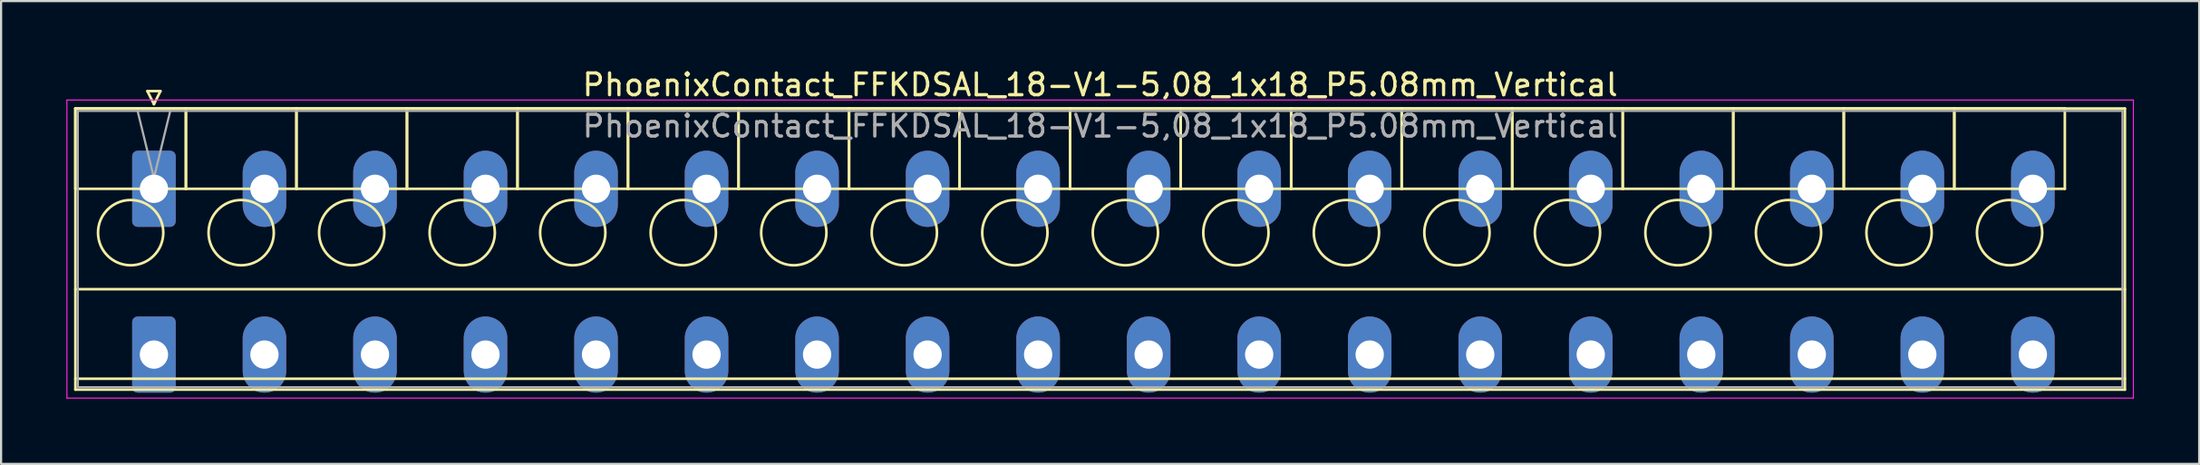
<source format=kicad_pcb>
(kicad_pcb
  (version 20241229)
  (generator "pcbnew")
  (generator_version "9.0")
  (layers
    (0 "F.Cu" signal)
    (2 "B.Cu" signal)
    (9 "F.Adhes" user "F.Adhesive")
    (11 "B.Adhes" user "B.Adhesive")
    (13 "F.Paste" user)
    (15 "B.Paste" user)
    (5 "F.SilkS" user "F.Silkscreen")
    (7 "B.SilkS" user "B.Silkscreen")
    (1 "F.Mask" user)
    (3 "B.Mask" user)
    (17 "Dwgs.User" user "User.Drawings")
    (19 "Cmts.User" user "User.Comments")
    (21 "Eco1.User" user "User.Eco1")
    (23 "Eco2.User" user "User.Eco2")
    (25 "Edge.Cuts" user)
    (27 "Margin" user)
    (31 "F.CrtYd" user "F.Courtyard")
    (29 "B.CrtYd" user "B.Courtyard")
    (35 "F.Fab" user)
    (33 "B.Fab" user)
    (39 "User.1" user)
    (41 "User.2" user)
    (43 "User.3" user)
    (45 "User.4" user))
  (footprint "PhoenixContact_FFKDSAL_18-V1-5,08_1x18_P5.08mm_Vertical"
    (layer "F.Cu")
    (at 4.025 5.628)
    (property "Reference" "PhoenixContact_FFKDSAL_18-V1-5,08_1x18_P5.08mm_Vertical" (at 43.49 -4.78 0) (layer "F.SilkS") (effects (font (size 1 1) (thickness 0.15))))
    (attr through_hole)
    (fp_line (start -3.61 -3.69) (end -3.61 0) (stroke (width 0.12) (type solid)) (layer "F.SilkS"))
    (fp_line (start -3.61 -3.69) (end -3.61 9.23) (stroke (width 0.12) (type solid)) (layer "F.SilkS"))
    (fp_line (start -3.61 0) (end 1.47 0) (stroke (width 0.12) (type solid)) (layer "F.SilkS"))
    (fp_line (start -3.61 4.615) (end 90.59 4.615) (stroke (width 0.12) (type solid)) (layer "F.SilkS"))
    (fp_line (start -3.61 8.73) (end 90.59 8.73) (stroke (width 0.12) (type solid)) (layer "F.SilkS"))
    (fp_line (start -3.61 9.23) (end 90.59 9.23) (stroke (width 0.12) (type solid)) (layer "F.SilkS"))
    (fp_line (start -0.3 -4.49) (end 0.3 -4.49) (stroke (width 0.12) (type solid)) (layer "F.SilkS"))
    (fp_line (start 0 -3.89) (end -0.3 -4.49) (stroke (width 0.12) (type solid)) (layer "F.SilkS"))
    (fp_line (start 0.3 -4.49) (end 0 -3.89) (stroke (width 0.12) (type solid)) (layer "F.SilkS"))
    (fp_line (start 1.47 -3.69) (end -3.61 -3.69) (stroke (width 0.12) (type solid)) (layer "F.SilkS"))
    (fp_line (start 1.47 -3.69) (end 1.47 0) (stroke (width 0.12) (type solid)) (layer "F.SilkS"))
    (fp_line (start 1.47 0) (end 1.47 -3.69) (stroke (width 0.12) (type solid)) (layer "F.SilkS"))
    (fp_line (start 1.47 0) (end 6.55 0) (stroke (width 0.12) (type solid)) (layer "F.SilkS"))
    (fp_line (start 6.55 -3.69) (end 1.47 -3.69) (stroke (width 0.12) (type solid)) (layer "F.SilkS"))
    (fp_line (start 6.55 -3.69) (end 6.55 0) (stroke (width 0.12) (type solid)) (layer "F.SilkS"))
    (fp_line (start 6.55 0) (end 6.55 -3.69) (stroke (width 0.12) (type solid)) (layer "F.SilkS"))
    (fp_line (start 6.55 0) (end 11.63 0) (stroke (width 0.12) (type solid)) (layer "F.SilkS"))
    (fp_line (start 11.63 -3.69) (end 6.55 -3.69) (stroke (width 0.12) (type solid)) (layer "F.SilkS"))
    (fp_line (start 11.63 -3.69) (end 11.63 0) (stroke (width 0.12) (type solid)) (layer "F.SilkS"))
    (fp_line (start 11.63 0) (end 11.63 -3.69) (stroke (width 0.12) (type solid)) (layer "F.SilkS"))
    (fp_line (start 11.63 0) (end 16.71 0) (stroke (width 0.12) (type solid)) (layer "F.SilkS"))
    (fp_line (start 16.71 -3.69) (end 11.63 -3.69) (stroke (width 0.12) (type solid)) (layer "F.SilkS"))
    (fp_line (start 16.71 -3.69) (end 16.71 0) (stroke (width 0.12) (type solid)) (layer "F.SilkS"))
    (fp_line (start 16.71 0) (end 16.71 -3.69) (stroke (width 0.12) (type solid)) (layer "F.SilkS"))
    (fp_line (start 16.71 0) (end 21.79 0) (stroke (width 0.12) (type solid)) (layer "F.SilkS"))
    (fp_line (start 21.79 -3.69) (end 16.71 -3.69) (stroke (width 0.12) (type solid)) (layer "F.SilkS"))
    (fp_line (start 21.79 -3.69) (end 21.79 0) (stroke (width 0.12) (type solid)) (layer "F.SilkS"))
    (fp_line (start 21.79 0) (end 21.79 -3.69) (stroke (width 0.12) (type solid)) (layer "F.SilkS"))
    (fp_line (start 21.79 0) (end 26.87 0) (stroke (width 0.12) (type solid)) (layer "F.SilkS"))
    (fp_line (start 26.87 -3.69) (end 21.79 -3.69) (stroke (width 0.12) (type solid)) (layer "F.SilkS"))
    (fp_line (start 26.87 -3.69) (end 26.87 0) (stroke (width 0.12) (type solid)) (layer "F.SilkS"))
    (fp_line (start 26.87 0) (end 26.87 -3.69) (stroke (width 0.12) (type solid)) (layer "F.SilkS"))
    (fp_line (start 26.87 0) (end 31.95 0) (stroke (width 0.12) (type solid)) (layer "F.SilkS"))
    (fp_line (start 31.95 -3.69) (end 26.87 -3.69) (stroke (width 0.12) (type solid)) (layer "F.SilkS"))
    (fp_line (start 31.95 -3.69) (end 31.95 0) (stroke (width 0.12) (type solid)) (layer "F.SilkS"))
    (fp_line (start 31.95 0) (end 31.95 -3.69) (stroke (width 0.12) (type solid)) (layer "F.SilkS"))
    (fp_line (start 31.95 0) (end 37.03 0) (stroke (width 0.12) (type solid)) (layer "F.SilkS"))
    (fp_line (start 37.03 -3.69) (end 31.95 -3.69) (stroke (width 0.12) (type solid)) (layer "F.SilkS"))
    (fp_line (start 37.03 -3.69) (end 37.03 0) (stroke (width 0.12) (type solid)) (layer "F.SilkS"))
    (fp_line (start 37.03 0) (end 37.03 -3.69) (stroke (width 0.12) (type solid)) (layer "F.SilkS"))
    (fp_line (start 37.03 0) (end 42.11 0) (stroke (width 0.12) (type solid)) (layer "F.SilkS"))
    (fp_line (start 42.11 -3.69) (end 37.03 -3.69) (stroke (width 0.12) (type solid)) (layer "F.SilkS"))
    (fp_line (start 42.11 -3.69) (end 42.11 0) (stroke (width 0.12) (type solid)) (layer "F.SilkS"))
    (fp_line (start 42.11 0) (end 42.11 -3.69) (stroke (width 0.12) (type solid)) (layer "F.SilkS"))
    (fp_line (start 42.11 0) (end 47.19 0) (stroke (width 0.12) (type solid)) (layer "F.SilkS"))
    (fp_line (start 47.19 -3.69) (end 42.11 -3.69) (stroke (width 0.12) (type solid)) (layer "F.SilkS"))
    (fp_line (start 47.19 -3.69) (end 47.19 0) (stroke (width 0.12) (type solid)) (layer "F.SilkS"))
    (fp_line (start 47.19 0) (end 47.19 -3.69) (stroke (width 0.12) (type solid)) (layer "F.SilkS"))
    (fp_line (start 47.19 0) (end 52.27 0) (stroke (width 0.12) (type solid)) (layer "F.SilkS"))
    (fp_line (start 52.27 -3.69) (end 47.19 -3.69) (stroke (width 0.12) (type solid)) (layer "F.SilkS"))
    (fp_line (start 52.27 -3.69) (end 52.27 0) (stroke (width 0.12) (type solid)) (layer "F.SilkS"))
    (fp_line (start 52.27 0) (end 52.27 -3.69) (stroke (width 0.12) (type solid)) (layer "F.SilkS"))
    (fp_line (start 52.27 0) (end 57.35 0) (stroke (width 0.12) (type solid)) (layer "F.SilkS"))
    (fp_line (start 57.35 -3.69) (end 52.27 -3.69) (stroke (width 0.12) (type solid)) (layer "F.SilkS"))
    (fp_line (start 57.35 -3.69) (end 57.35 0) (stroke (width 0.12) (type solid)) (layer "F.SilkS"))
    (fp_line (start 57.35 0) (end 57.35 -3.69) (stroke (width 0.12) (type solid)) (layer "F.SilkS"))
    (fp_line (start 57.35 0) (end 62.43 0) (stroke (width 0.12) (type solid)) (layer "F.SilkS"))
    (fp_line (start 62.43 -3.69) (end 57.35 -3.69) (stroke (width 0.12) (type solid)) (layer "F.SilkS"))
    (fp_line (start 62.43 -3.69) (end 62.43 0) (stroke (width 0.12) (type solid)) (layer "F.SilkS"))
    (fp_line (start 62.43 0) (end 62.43 -3.69) (stroke (width 0.12) (type solid)) (layer "F.SilkS"))
    (fp_line (start 62.43 0) (end 67.51 0) (stroke (width 0.12) (type solid)) (layer "F.SilkS"))
    (fp_line (start 67.51 -3.69) (end 62.43 -3.69) (stroke (width 0.12) (type solid)) (layer "F.SilkS"))
    (fp_line (start 67.51 -3.69) (end 67.51 0) (stroke (width 0.12) (type solid)) (layer "F.SilkS"))
    (fp_line (start 67.51 0) (end 67.51 -3.69) (stroke (width 0.12) (type solid)) (layer "F.SilkS"))
    (fp_line (start 67.51 0) (end 72.59 0) (stroke (width 0.12) (type solid)) (layer "F.SilkS"))
    (fp_line (start 72.59 -3.69) (end 67.51 -3.69) (stroke (width 0.12) (type solid)) (layer "F.SilkS"))
    (fp_line (start 72.59 -3.69) (end 72.59 0) (stroke (width 0.12) (type solid)) (layer "F.SilkS"))
    (fp_line (start 72.59 0) (end 72.59 -3.69) (stroke (width 0.12) (type solid)) (layer "F.SilkS"))
    (fp_line (start 72.59 0) (end 77.67 0) (stroke (width 0.12) (type solid)) (layer "F.SilkS"))
    (fp_line (start 77.67 -3.69) (end 72.59 -3.69) (stroke (width 0.12) (type solid)) (layer "F.SilkS"))
    (fp_line (start 77.67 -3.69) (end 77.67 0) (stroke (width 0.12) (type solid)) (layer "F.SilkS"))
    (fp_line (start 77.67 0) (end 77.67 -3.69) (stroke (width 0.12) (type solid)) (layer "F.SilkS"))
    (fp_line (start 77.67 0) (end 82.75 0) (stroke (width 0.12) (type solid)) (layer "F.SilkS"))
    (fp_line (start 82.75 -3.69) (end 77.67 -3.69) (stroke (width 0.12) (type solid)) (layer "F.SilkS"))
    (fp_line (start 82.75 -3.69) (end 82.75 0) (stroke (width 0.12) (type solid)) (layer "F.SilkS"))
    (fp_line (start 82.75 0) (end 82.75 -3.69) (stroke (width 0.12) (type solid)) (layer "F.SilkS"))
    (fp_line (start 82.75 0) (end 87.83 0) (stroke (width 0.12) (type solid)) (layer "F.SilkS"))
    (fp_line (start 87.83 -3.69) (end 82.75 -3.69) (stroke (width 0.12) (type solid)) (layer "F.SilkS"))
    (fp_line (start 87.83 0) (end 87.83 -3.69) (stroke (width 0.12) (type solid)) (layer "F.SilkS"))
    (fp_line (start 90.59 -3.69) (end -3.61 -3.69) (stroke (width 0.12) (type solid)) (layer "F.SilkS"))
    (fp_line (start 90.59 9.23) (end 90.59 -3.69) (stroke (width 0.12) (type solid)) (layer "F.SilkS"))
    (fp_circle (center -1.07 2.015) (end 0.43 2.015) (stroke (width 0.12) (type solid)) (fill no) (layer "F.SilkS"))
    (fp_circle (center 4.01 2.015) (end 5.51 2.015) (stroke (width 0.12) (type solid)) (fill no) (layer "F.SilkS"))
    (fp_circle (center 9.09 2.015) (end 10.59 2.015) (stroke (width 0.12) (type solid)) (fill no) (layer "F.SilkS"))
    (fp_circle (center 14.17 2.015) (end 15.67 2.015) (stroke (width 0.12) (type solid)) (fill no) (layer "F.SilkS"))
    (fp_circle (center 19.25 2.015) (end 20.75 2.015) (stroke (width 0.12) (type solid)) (fill no) (layer "F.SilkS"))
    (fp_circle (center 24.33 2.015) (end 25.83 2.015) (stroke (width 0.12) (type solid)) (fill no) (layer "F.SilkS"))
    (fp_circle (center 29.41 2.015) (end 30.91 2.015) (stroke (width 0.12) (type solid)) (fill no) (layer "F.SilkS"))
    (fp_circle (center 34.49 2.015) (end 35.99 2.015) (stroke (width 0.12) (type solid)) (fill no) (layer "F.SilkS"))
    (fp_circle (center 39.57 2.015) (end 41.07 2.015) (stroke (width 0.12) (type solid)) (fill no) (layer "F.SilkS"))
    (fp_circle (center 44.65 2.015) (end 46.15 2.015) (stroke (width 0.12) (type solid)) (fill no) (layer "F.SilkS"))
    (fp_circle (center 49.73 2.015) (end 51.23 2.015) (stroke (width 0.12) (type solid)) (fill no) (layer "F.SilkS"))
    (fp_circle (center 54.81 2.015) (end 56.31 2.015) (stroke (width 0.12) (type solid)) (fill no) (layer "F.SilkS"))
    (fp_circle (center 59.89 2.015) (end 61.39 2.015) (stroke (width 0.12) (type solid)) (fill no) (layer "F.SilkS"))
    (fp_circle (center 64.97 2.015) (end 66.47 2.015) (stroke (width 0.12) (type solid)) (fill no) (layer "F.SilkS"))
    (fp_circle (center 70.05 2.015) (end 71.55 2.015) (stroke (width 0.12) (type solid)) (fill no) (layer "F.SilkS"))
    (fp_circle (center 75.13 2.015) (end 76.63 2.015) (stroke (width 0.12) (type solid)) (fill no) (layer "F.SilkS"))
    (fp_circle (center 80.21 2.015) (end 81.71 2.015) (stroke (width 0.12) (type solid)) (fill no) (layer "F.SilkS"))
    (fp_circle (center 85.29 2.015) (end 86.79 2.015) (stroke (width 0.12) (type solid)) (fill no) (layer "F.SilkS"))
    (fp_line (start -4 -4.08) (end -4 9.62) (stroke (width 0.05) (type solid)) (layer "F.CrtYd"))
    (fp_line (start -4 9.62) (end 90.98 9.62) (stroke (width 0.05) (type solid)) (layer "F.CrtYd"))
    (fp_line (start 90.98 -4.08) (end -4 -4.08) (stroke (width 0.05) (type solid)) (layer "F.CrtYd"))
    (fp_line (start 90.98 9.62) (end 90.98 -4.08) (stroke (width 0.05) (type solid)) (layer "F.CrtYd"))
    (fp_line (start -3.5 -3.58) (end -3.5 9.12) (stroke (width 0.1) (type solid)) (layer "F.Fab"))
    (fp_line (start -3.5 9.12) (end 90.48 9.12) (stroke (width 0.1) (type solid)) (layer "F.Fab"))
    (fp_line (start 0 -0.5) (end -0.75 -3.58) (stroke (width 0.1) (type solid)) (layer "F.Fab"))
    (fp_line (start 0.75 -3.58) (end 0 -0.5) (stroke (width 0.1) (type solid)) (layer "F.Fab"))
    (fp_line (start 90.48 -3.58) (end -3.5 -3.58) (stroke (width 0.1) (type solid)) (layer "F.Fab"))
    (fp_line (start 90.48 9.12) (end 90.48 -3.58) (stroke (width 0.1) (type solid)) (layer "F.Fab"))
    (fp_text user "${REFERENCE}" (at 43.49 -2.88 0) (layer "F.Fab") (effects (font (size 1 1) (thickness 0.15))))
    (pad "1" thru_hole roundrect (at 0 0) (size 2 3.5) (drill 1.3) (layers "*.Cu" "*.Mask") (roundrect_rratio 0.125))
    (pad "1" thru_hole roundrect (at 0 7.62) (size 2 3.5) (drill 1.3) (layers "*.Cu" "*.Mask") (roundrect_rratio 0.125))
    (pad "2" thru_hole oval (at 5.08 0) (size 2 3.5) (drill 1.3) (layers "*.Cu" "*.Mask"))
    (pad "2" thru_hole oval (at 5.08 7.62) (size 2 3.5) (drill 1.3) (layers "*.Cu" "*.Mask"))
    (pad "3" thru_hole oval (at 10.16 0) (size 2 3.5) (drill 1.3) (layers "*.Cu" "*.Mask"))
    (pad "3" thru_hole oval (at 10.16 7.62) (size 2 3.5) (drill 1.3) (layers "*.Cu" "*.Mask"))
    (pad "4" thru_hole oval (at 15.24 0) (size 2 3.5) (drill 1.3) (layers "*.Cu" "*.Mask"))
    (pad "4" thru_hole oval (at 15.24 7.62) (size 2 3.5) (drill 1.3) (layers "*.Cu" "*.Mask"))
    (pad "5" thru_hole oval (at 20.32 0) (size 2 3.5) (drill 1.3) (layers "*.Cu" "*.Mask"))
    (pad "5" thru_hole oval (at 20.32 7.62) (size 2 3.5) (drill 1.3) (layers "*.Cu" "*.Mask"))
    (pad "6" thru_hole oval (at 25.4 0) (size 2 3.5) (drill 1.3) (layers "*.Cu" "*.Mask"))
    (pad "6" thru_hole oval (at 25.4 7.62) (size 2 3.5) (drill 1.3) (layers "*.Cu" "*.Mask"))
    (pad "7" thru_hole oval (at 30.48 0) (size 2 3.5) (drill 1.3) (layers "*.Cu" "*.Mask"))
    (pad "7" thru_hole oval (at 30.48 7.62) (size 2 3.5) (drill 1.3) (layers "*.Cu" "*.Mask"))
    (pad "8" thru_hole oval (at 35.56 0) (size 2 3.5) (drill 1.3) (layers "*.Cu" "*.Mask"))
    (pad "8" thru_hole oval (at 35.56 7.62) (size 2 3.5) (drill 1.3) (layers "*.Cu" "*.Mask"))
    (pad "9" thru_hole oval (at 40.64 0) (size 2 3.5) (drill 1.3) (layers "*.Cu" "*.Mask"))
    (pad "9" thru_hole oval (at 40.64 7.62) (size 2 3.5) (drill 1.3) (layers "*.Cu" "*.Mask"))
    (pad "10" thru_hole oval (at 45.72 0) (size 2 3.5) (drill 1.3) (layers "*.Cu" "*.Mask"))
    (pad "10" thru_hole oval (at 45.72 7.62) (size 2 3.5) (drill 1.3) (layers "*.Cu" "*.Mask"))
    (pad "11" thru_hole oval (at 50.8 0) (size 2 3.5) (drill 1.3) (layers "*.Cu" "*.Mask"))
    (pad "11" thru_hole oval (at 50.8 7.62) (size 2 3.5) (drill 1.3) (layers "*.Cu" "*.Mask"))
    (pad "12" thru_hole oval (at 55.88 0) (size 2 3.5) (drill 1.3) (layers "*.Cu" "*.Mask"))
    (pad "12" thru_hole oval (at 55.88 7.62) (size 2 3.5) (drill 1.3) (layers "*.Cu" "*.Mask"))
    (pad "13" thru_hole oval (at 60.96 0) (size 2 3.5) (drill 1.3) (layers "*.Cu" "*.Mask"))
    (pad "13" thru_hole oval (at 60.96 7.62) (size 2 3.5) (drill 1.3) (layers "*.Cu" "*.Mask"))
    (pad "14" thru_hole oval (at 66.04 0) (size 2 3.5) (drill 1.3) (layers "*.Cu" "*.Mask"))
    (pad "14" thru_hole oval (at 66.04 7.62) (size 2 3.5) (drill 1.3) (layers "*.Cu" "*.Mask"))
    (pad "15" thru_hole oval (at 71.12 0) (size 2 3.5) (drill 1.3) (layers "*.Cu" "*.Mask"))
    (pad "15" thru_hole oval (at 71.12 7.62) (size 2 3.5) (drill 1.3) (layers "*.Cu" "*.Mask"))
    (pad "16" thru_hole oval (at 76.2 0) (size 2 3.5) (drill 1.3) (layers "*.Cu" "*.Mask"))
    (pad "16" thru_hole oval (at 76.2 7.62) (size 2 3.5) (drill 1.3) (layers "*.Cu" "*.Mask"))
    (pad "17" thru_hole oval (at 81.28 0) (size 2 3.5) (drill 1.3) (layers "*.Cu" "*.Mask"))
    (pad "17" thru_hole oval (at 81.28 7.62) (size 2 3.5) (drill 1.3) (layers "*.Cu" "*.Mask"))
    (pad "18" thru_hole oval (at 86.36 0) (size 2 3.5) (drill 1.3) (layers "*.Cu" "*.Mask"))
    (pad "18" thru_hole oval (at 86.36 7.62) (size 2 3.5) (drill 1.3) (layers "*.Cu" "*.Mask")))
  (gr_rect
    (start -3 -3)
    (end 98.03 18.273)
    (stroke (width 0.1) (type default))
    (fill no)
    (layer "Edge.Cuts")))
</source>
